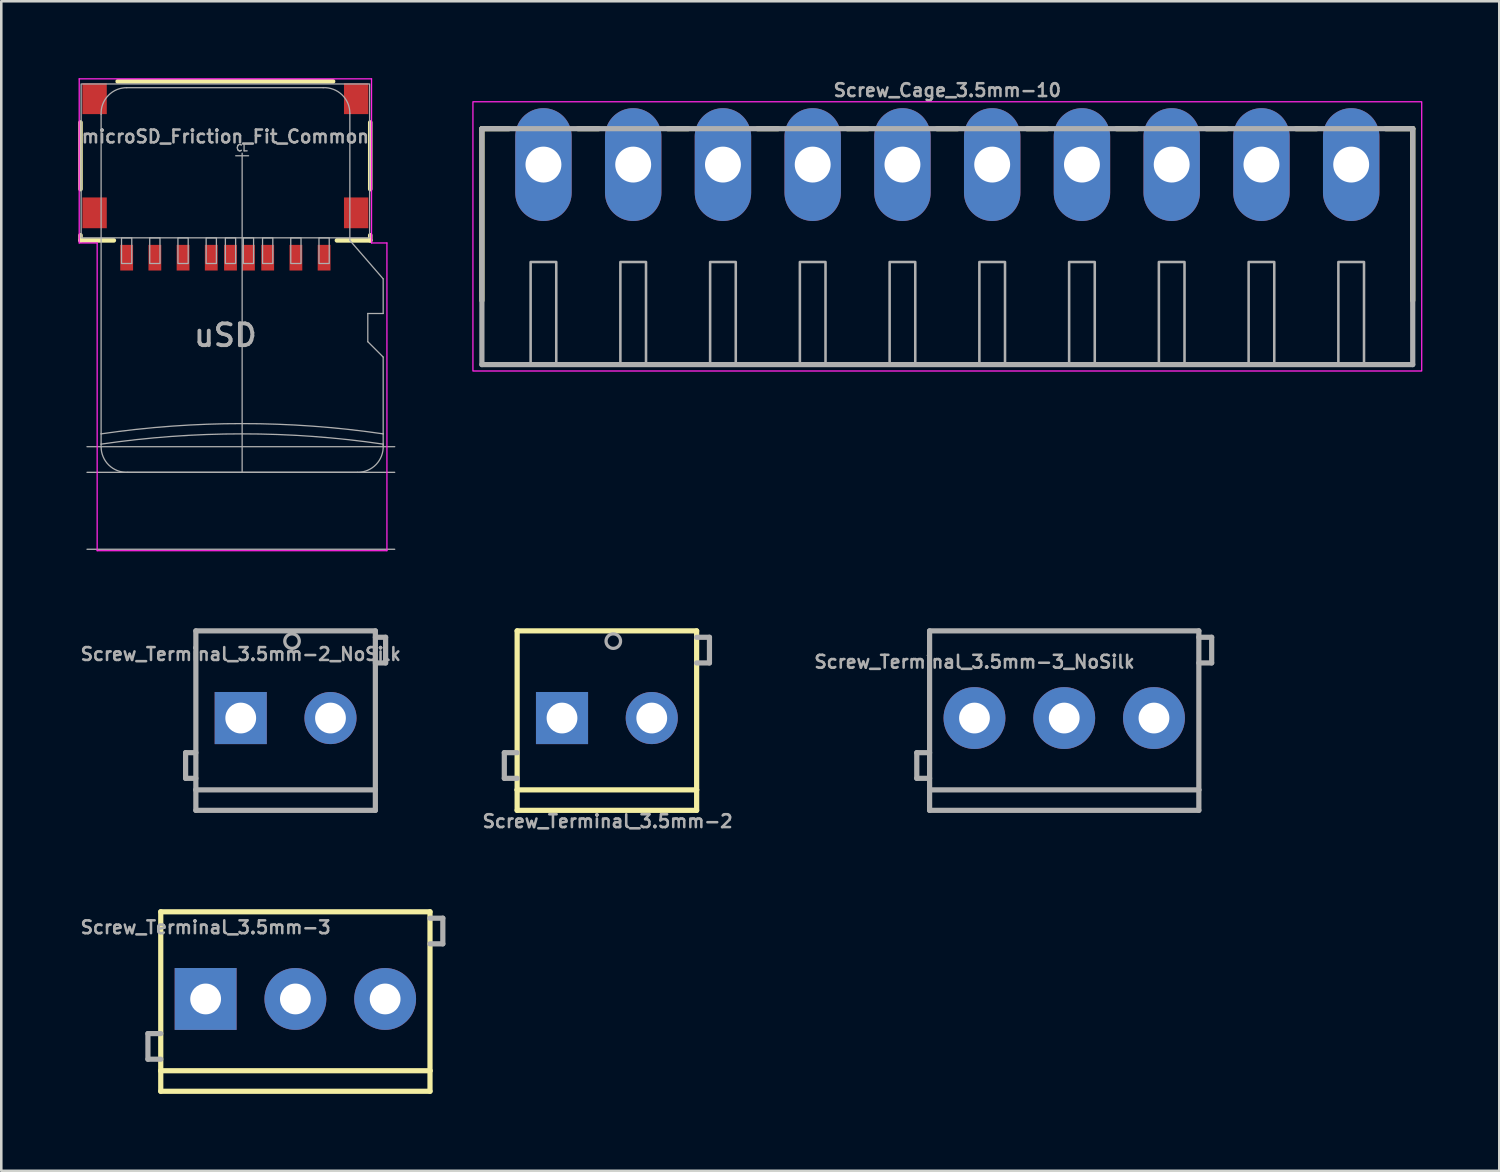
<source format=kicad_pcb>
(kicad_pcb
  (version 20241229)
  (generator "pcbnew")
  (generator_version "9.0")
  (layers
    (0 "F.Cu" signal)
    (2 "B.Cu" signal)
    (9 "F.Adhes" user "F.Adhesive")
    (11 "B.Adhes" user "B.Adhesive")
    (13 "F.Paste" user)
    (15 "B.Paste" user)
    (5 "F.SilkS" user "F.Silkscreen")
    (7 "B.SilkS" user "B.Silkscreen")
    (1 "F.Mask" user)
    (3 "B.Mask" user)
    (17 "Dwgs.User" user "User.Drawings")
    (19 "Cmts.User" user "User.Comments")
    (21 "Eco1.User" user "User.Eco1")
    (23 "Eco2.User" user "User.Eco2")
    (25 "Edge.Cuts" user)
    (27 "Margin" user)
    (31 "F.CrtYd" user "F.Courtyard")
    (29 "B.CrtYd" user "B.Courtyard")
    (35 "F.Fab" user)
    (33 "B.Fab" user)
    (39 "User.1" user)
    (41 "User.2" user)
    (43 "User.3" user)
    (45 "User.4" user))
  (footprint "Screw_Cage_3.5mm-10"
    (layer "F.Cu")
    (at 33.893 6.168)
    (property "Reference" "Screw_Cage_3.5mm-10" (at 0 -5.7 0) (layer "F.Fab") (effects (font (size 0.5 0.5) (thickness 0.1) (bold yes))))
    (attr through_hole)
    (fp_line (start -18.15 -4.2) (end -18.15 2.5) (stroke (width 0.203) (type solid)) (layer "F.SilkS"))
    (fp_line (start -17.1 -4.2) (end -18.15 -4.2) (stroke (width 0.203) (type solid)) (layer "F.SilkS"))
    (fp_line (start -13.6 -4.2) (end -14.4 -4.2) (stroke (width 0.203) (type solid)) (layer "F.SilkS"))
    (fp_line (start -10.1 -4.2) (end -10.9 -4.2) (stroke (width 0.203) (type solid)) (layer "F.SilkS"))
    (fp_line (start -6.6 -4.2) (end -7.4 -4.2) (stroke (width 0.203) (type solid)) (layer "F.SilkS"))
    (fp_line (start -3.1 -4.2) (end -3.9 -4.2) (stroke (width 0.203) (type solid)) (layer "F.SilkS"))
    (fp_line (start 0.4 -4.2) (end -0.4 -4.2) (stroke (width 0.203) (type solid)) (layer "F.SilkS"))
    (fp_line (start 3.9 -4.2) (end 3.1 -4.2) (stroke (width 0.203) (type solid)) (layer "F.SilkS"))
    (fp_line (start 7.4 -4.2) (end 6.6 -4.2) (stroke (width 0.203) (type solid)) (layer "F.SilkS"))
    (fp_line (start 10.9 -4.2) (end 10.1 -4.2) (stroke (width 0.203) (type solid)) (layer "F.SilkS"))
    (fp_line (start 14.4 -4.2) (end 13.6 -4.2) (stroke (width 0.203) (type solid)) (layer "F.SilkS"))
    (fp_line (start 18.15 -4.2) (end 17.1 -4.2) (stroke (width 0.203) (type solid)) (layer "F.SilkS"))
    (fp_line (start 18.15 2.5) (end 18.15 -4.2) (stroke (width 0.203) (type solid)) (layer "F.SilkS"))
    (fp_rect (start -18.5 -5.25) (end 18.5 5.25) (stroke (width 0.05) (type default)) (fill no) (layer "F.CrtYd"))
    (fp_line (start -18.15 -4.2) (end -18.15 5) (stroke (width 0.203) (type solid)) (layer "F.Fab"))
    (fp_line (start -18.15 5) (end 18.15 5) (stroke (width 0.203) (type solid)) (layer "F.Fab"))
    (fp_line (start 18.15 -4.2) (end -18.15 -4.2) (stroke (width 0.203) (type solid)) (layer "F.Fab"))
    (fp_line (start 18.15 5) (end 18.15 -4.2) (stroke (width 0.203) (type solid)) (layer "F.Fab"))
    (fp_poly (pts (xy -16.25 5) (xy -15.25 5) (xy -15.25 1) (xy -16.25 1)) (stroke (width 0.1) (type default)) (fill no) (layer "F.Fab"))
    (fp_poly (pts (xy -12.75 5) (xy -11.75 5) (xy -11.75 1) (xy -12.75 1)) (stroke (width 0.1) (type default)) (fill no) (layer "F.Fab"))
    (fp_poly (pts (xy -9.25 5) (xy -8.25 5) (xy -8.25 1) (xy -9.25 1)) (stroke (width 0.1) (type default)) (fill no) (layer "F.Fab"))
    (fp_poly (pts (xy -5.75 5) (xy -4.75 5) (xy -4.75 1) (xy -5.75 1)) (stroke (width 0.1) (type default)) (fill no) (layer "F.Fab"))
    (fp_poly (pts (xy -2.25 5) (xy -1.25 5) (xy -1.25 1) (xy -2.25 1)) (stroke (width 0.1) (type default)) (fill no) (layer "F.Fab"))
    (fp_poly (pts (xy 1.25 5) (xy 2.25 5) (xy 2.25 1) (xy 1.25 1)) (stroke (width 0.1) (type default)) (fill no) (layer "F.Fab"))
    (fp_poly (pts (xy 4.75 5) (xy 5.75 5) (xy 5.75 1) (xy 4.75 1)) (stroke (width 0.1) (type default)) (fill no) (layer "F.Fab"))
    (fp_poly (pts (xy 8.25 5) (xy 9.25 5) (xy 9.25 1) (xy 8.25 1)) (stroke (width 0.1) (type default)) (fill no) (layer "F.Fab"))
    (fp_poly (pts (xy 11.75 5) (xy 12.75 5) (xy 12.75 1) (xy 11.75 1)) (stroke (width 0.1) (type default)) (fill no) (layer "F.Fab"))
    (fp_poly (pts (xy 15.25 5) (xy 16.25 5) (xy 16.25 1) (xy 15.25 1)) (stroke (width 0.1) (type default)) (fill no) (layer "F.Fab"))
    (pad "1" thru_hole oval (at -15.75 -2.8 90) (size 4.4 2.2) (drill 1.4) (layers "*.Cu" "*.Mask"))
    (pad "2" thru_hole oval (at -12.25 -2.8 90) (size 4.4 2.2) (drill 1.4) (layers "*.Cu" "*.Mask"))
    (pad "3" thru_hole oval (at -8.75 -2.8 90) (size 4.4 2.2) (drill 1.4) (layers "*.Cu" "*.Mask"))
    (pad "4" thru_hole oval (at -5.25 -2.8 90) (size 4.4 2.2) (drill 1.4) (layers "*.Cu" "*.Mask"))
    (pad "5" thru_hole oval (at -1.75 -2.8 90) (size 4.4 2.2) (drill 1.4) (layers "*.Cu" "*.Mask"))
    (pad "6" thru_hole oval (at 1.75 -2.8 90) (size 4.4 2.2) (drill 1.4) (layers "*.Cu" "*.Mask"))
    (pad "7" thru_hole oval (at 5.25 -2.8 90) (size 4.4 2.2) (drill 1.4) (layers "*.Cu" "*.Mask"))
    (pad "8" thru_hole oval (at 8.75 -2.8 90) (size 4.4 2.2) (drill 1.4) (layers "*.Cu" "*.Mask"))
    (pad "9" thru_hole oval (at 12.25 -2.8 90) (size 4.4 2.2) (drill 1.4) (layers "*.Cu" "*.Mask"))
    (pad "10" thru_hole oval (at 15.75 -2.8 90) (size 4.4 2.2) (drill 1.4) (layers "*.Cu" "*.Mask")))
  (footprint "microSD_Friction_Fit_Common"
    (layer "F.Cu")
    (at 5.739 3.025)
    (property "Reference" "microSD_Friction_Fit_Common" (at 0 -0.75 0) (layer "F.Fab") (effects (font (size 0.5 0.5) (thickness 0.1) (bold yes))))
    (attr smd)
    (fp_line (start -5.65 -1.3) (end -5.65 1.3) (stroke (width 0.178) (type default)) (layer "F.SilkS"))
    (fp_line (start -5.65 3.3) (end -5.65 3.1) (stroke (width 0.178) (type default)) (layer "F.SilkS"))
    (fp_line (start -5.65 3.3) (end -4.35 3.3) (stroke (width 0.178) (type default)) (layer "F.SilkS"))
    (fp_line (start -4.2 -2.9) (end 4.2 -2.9) (stroke (width 0.178) (type default)) (layer "F.SilkS"))
    (fp_line (start 4.35 3.3) (end 5.65 3.3) (stroke (width 0.178) (type default)) (layer "F.SilkS"))
    (fp_line (start 5.65 -1.3) (end 5.65 1.3) (stroke (width 0.178) (type default)) (layer "F.SilkS"))
    (fp_line (start 5.65 3.1) (end 5.65 3.3) (stroke (width 0.178) (type default)) (layer "F.SilkS"))
    (fp_line (start -5.7 -3) (end 5.7 -3) (stroke (width 0.05) (type default)) (layer "F.CrtYd"))
    (fp_line (start -5.7 3.4) (end -5.7 -3) (stroke (width 0.05) (type default)) (layer "F.CrtYd"))
    (fp_line (start -5 3.4) (end -5.7 3.4) (stroke (width 0.05) (type default)) (layer "F.CrtYd"))
    (fp_line (start -5 15.4) (end -5 3.4) (stroke (width 0.05) (type default)) (layer "F.CrtYd"))
    (fp_line (start 5.7 -3) (end 5.7 3.4) (stroke (width 0.05) (type default)) (layer "F.CrtYd"))
    (fp_line (start 5.7 3.4) (end 6.3 3.4) (stroke (width 0.05) (type default)) (layer "F.CrtYd"))
    (fp_line (start 6.3 3.4) (end 6.3 15.4) (stroke (width 0.05) (type default)) (layer "F.CrtYd"))
    (fp_line (start 6.3 15.4) (end -5 15.4) (stroke (width 0.05) (type default)) (layer "F.CrtYd"))
    (fp_line (start -4.846 -1.615) (end -4.846 10.845) (stroke (width 0.05) (type solid)) (layer "F.Fab"))
    (fp_line (start -4.846 10.845) (end -4.846 11.245) (stroke (width 0.05) (type solid)) (layer "F.Fab"))
    (fp_line (start -4.846 11.245) (end -4.846 11.345) (stroke (width 0.05) (type solid)) (layer "F.Fab"))
    (fp_line (start -3.806 12.345) (end 5.154 12.345) (stroke (width 0.05) (type solid)) (layer "F.Fab"))
    (fp_line (start 0.404 0) (end 0.904 0) (stroke (width 0.05) (type default)) (layer "F.Fab"))
    (fp_line (start 0.654 12.345) (end 0.654 -0.1) (stroke (width 0.05) (type default)) (layer "F.Fab"))
    (fp_line (start 3.814 -2.655) (end -3.846 -2.655) (stroke (width 0.05) (type solid)) (layer "F.Fab"))
    (fp_line (start 4.854 3.3) (end 4.854 -1.655) (stroke (width 0.05) (type solid)) (layer "F.Fab"))
    (fp_line (start 5.554 6.15) (end 5.554 7.25) (stroke (width 0.05) (type solid)) (layer "F.Fab"))
    (fp_line (start 5.554 7.25) (end 6.154 7.85) (stroke (width 0.05) (type solid)) (layer "F.Fab"))
    (fp_line (start 6.154 4.8) (end 4.854 3.3) (stroke (width 0.05) (type solid)) (layer "F.Fab"))
    (fp_line (start 6.154 6.15) (end 5.554 6.15) (stroke (width 0.05) (type solid)) (layer "F.Fab"))
    (fp_line (start 6.154 6.15) (end 6.154 4.8) (stroke (width 0.05) (type solid)) (layer "F.Fab"))
    (fp_line (start 6.154 10.845) (end 6.154 7.85) (stroke (width 0.05) (type solid)) (layer "F.Fab"))
    (fp_line (start 6.154 11.245) (end 6.154 10.845) (stroke (width 0.05) (type solid)) (layer "F.Fab"))
    (fp_line (start 6.154 11.305) (end 6.154 11.245) (stroke (width 0.05) (type solid)) (layer "F.Fab"))
    (fp_line (start 6.604 11.345) (end -5.396 11.345) (stroke (width 0.05) (type solid)) (layer "F.Fab"))
    (fp_line (start 6.604 12.345) (end -5.396 12.345) (stroke (width 0.05) (type solid)) (layer "F.Fab"))
    (fp_line (start 6.604 15.345) (end -5.396 15.345) (stroke (width 0.05) (type solid)) (layer "F.Fab"))
    (fp_rect (start -5.625 -2.8) (end 5.625 3.2) (stroke (width 0.05) (type default)) (fill no) (layer "F.Fab"))
    (fp_rect (start -4.05 3.2) (end -3.65 4.2) (stroke (width 0.05) (type solid)) (fill no) (layer "F.Fab"))
    (fp_rect (start -2.95 3.2) (end -2.55 4.2) (stroke (width 0.05) (type solid)) (fill no) (layer "F.Fab"))
    (fp_rect (start -1.85 3.2) (end -1.45 4.2) (stroke (width 0.05) (type solid)) (fill no) (layer "F.Fab"))
    (fp_rect (start -0.35 3.2) (end -0.75 4.2) (stroke (width 0.05) (type solid)) (fill no) (layer "F.Fab"))
    (fp_rect (start 0.4 3.2) (end 0 4.2) (stroke (width 0.05) (type solid)) (fill no) (layer "F.Fab"))
    (fp_rect (start 1.1 3.2) (end 0.7 4.2) (stroke (width 0.05) (type solid)) (fill no) (layer "F.Fab"))
    (fp_rect (start 1.85 3.2) (end 1.45 4.2) (stroke (width 0.05) (type solid)) (fill no) (layer "F.Fab"))
    (fp_rect (start 2.95 3.2) (end 2.55 4.2) (stroke (width 0.05) (type solid)) (fill no) (layer "F.Fab"))
    (fp_rect (start 4.05 3.2) (end 3.65 4.2) (stroke (width 0.05) (type solid)) (fill no) (layer "F.Fab"))
    (fp_arc (start -4.84571 -1.61526) (mid -4.568722 -2.349696) (end -3.845709 -2.65526) (stroke (width 0.05) (type solid)) (layer "F.Fab"))
    (fp_arc (start -4.84571 10.84474) (mid 0.65429 10.444602) (end 6.15429 10.84474) (stroke (width 0.05) (type solid)) (layer "F.Fab"))
    (fp_arc (start -4.84571 11.24474) (mid 0.65429 10.844602) (end 6.15429 11.24474) (stroke (width 0.05) (type solid)) (layer "F.Fab"))
    (fp_arc (start -3.80571 12.34474) (mid -4.540146 12.067752) (end -4.84571 11.344739) (stroke (width 0.05) (type solid)) (layer "F.Fab"))
    (fp_arc (start 3.81429 -2.65526) (mid 4.548719 -2.378274) (end 4.85429 -1.655259) (stroke (width 0.05) (type solid)) (layer "F.Fab"))
    (fp_arc (start 6.15429 11.30474) (mid 5.877302 12.039176) (end 5.154289 12.34474) (stroke (width 0.05) (type solid)) (layer "F.Fab"))
    (fp_text user "CL" (at 0.646 -0.305 0) (unlocked yes) (layer "F.Fab") (effects (font (size 0.25 0.25) (thickness 0.05) (bold yes))))
    (fp_text user "uSD" (at 0 7 0) (layer "F.Fab") (effects (font (size 0.85 0.85) (thickness 0.15))))
    (pad "1" smd rect (at 3.85 3.975 180) (size 0.5 1) (layers "F.Cu" "F.Mask" "F.Paste"))
    (pad "2" smd rect (at 2.75 3.975 180) (size 0.5 1) (layers "F.Cu" "F.Mask" "F.Paste"))
    (pad "3" smd rect (at 1.65 3.975 180) (size 0.5 1) (layers "F.Cu" "F.Mask" "F.Paste"))
    (pad "4" smd rect (at 0.9 3.975 180) (size 0.5 1) (layers "F.Cu" "F.Mask" "F.Paste"))
    (pad "5" smd rect (at -0.55 3.975 180) (size 0.5 1) (layers "F.Cu" "F.Mask" "F.Paste"))
    (pad "6" smd rect (at -1.65 3.975 180) (size 0.5 1) (layers "F.Cu" "F.Mask" "F.Paste"))
    (pad "7" smd rect (at -2.75 3.975 180) (size 0.5 1) (layers "F.Cu" "F.Mask" "F.Paste"))
    (pad "8" smd rect (at -3.85 3.975 180) (size 0.5 1) (layers "F.Cu" "F.Mask" "F.Paste"))
    (pad "9" smd rect (at 0.2 3.975 180) (size 0.5 1) (layers "F.Cu" "F.Mask" "F.Paste"))
    (pad "10" smd rect (at -5.1 -2.225 180) (size 0.95 1.2) (layers "F.Cu" "F.Mask" "F.Paste"))
    (pad "10" smd rect (at -5.1 2.225 180) (size 0.95 1.2) (layers "F.Cu" "F.Mask" "F.Paste"))
    (pad "10" smd rect (at 5.1 -2.225 180) (size 0.95 1.2) (layers "F.Cu" "F.Mask" "F.Paste"))
    (pad "10" smd rect (at 5.1 2.225 180) (size 0.95 1.2) (layers "F.Cu" "F.Mask" "F.Paste")))
  (footprint "Screw_Terminal_3.5mm-3_NoSilk"
    (layer "F.Cu")
    (at 34.952 24.952)
    (property "Reference" "Screw_Terminal_3.5mm-3_NoSilk" (at 0 -1.9 0) (layer "F.Fab") (effects (font (size 0.5 0.5) (thickness 0.1)) (justify bottom)))
    (attr through_hole)
    (fp_line (start -2.25 1.35) (end -2.25 2.35) (stroke (width 0.203) (type solid)) (layer "F.Fab"))
    (fp_line (start -2.25 2.35) (end -1.75 2.35) (stroke (width 0.203) (type solid)) (layer "F.Fab"))
    (fp_line (start -1.75 -3.4) (end 8.75 -3.4) (stroke (width 0.203) (type solid)) (layer "F.Fab"))
    (fp_line (start -1.75 1.35) (end -2.25 1.35) (stroke (width 0.203) (type solid)) (layer "F.Fab"))
    (fp_line (start -1.75 2.8) (end -1.75 -3.4) (stroke (width 0.203) (type solid)) (layer "F.Fab"))
    (fp_line (start -1.75 3.6) (end -1.75 2.8) (stroke (width 0.203) (type solid)) (layer "F.Fab"))
    (fp_line (start 8.75 -3.4) (end 8.75 2.8) (stroke (width 0.203) (type solid)) (layer "F.Fab"))
    (fp_line (start 8.75 -3.15) (end 9.25 -3.15) (stroke (width 0.203) (type solid)) (layer "F.Fab"))
    (fp_line (start 8.75 2.8) (end -1.75 2.8) (stroke (width 0.203) (type solid)) (layer "F.Fab"))
    (fp_line (start 8.75 2.8) (end 8.75 3.6) (stroke (width 0.203) (type solid)) (layer "F.Fab"))
    (fp_line (start 8.75 3.6) (end -1.75 3.6) (stroke (width 0.203) (type solid)) (layer "F.Fab"))
    (fp_line (start 9.25 -3.15) (end 9.25 -2.15) (stroke (width 0.203) (type solid)) (layer "F.Fab"))
    (fp_line (start 9.25 -2.15) (end 8.75 -2.15) (stroke (width 0.203) (type solid)) (layer "F.Fab"))
    (pad "1" thru_hole circle (at 0 0) (size 2.413 2.413) (drill 1.2) (layers "*.Cu" "*.Mask"))
    (pad "2" thru_hole circle (at 3.5 0) (size 2.413 2.413) (drill 1.2) (layers "*.Cu" "*.Mask"))
    (pad "3" thru_hole circle (at 7 0) (size 2.413 2.413) (drill 1.2) (layers "*.Cu" "*.Mask")))
  (footprint "Screw_Terminal_3.5mm-2"
    (layer "F.Cu")
    (at 18.867 24.952)
    (property "Reference" "Screw_Terminal_3.5mm-2" (at 1.778 4.318 0) (layer "F.Fab") (effects (font (size 0.5 0.5) (thickness 0.1)) (justify bottom)))
    (attr through_hole)
    (fp_line (start -1.75 -3.4) (end 5.25 -3.4) (stroke (width 0.203) (type solid)) (layer "F.SilkS"))
    (fp_line (start -1.75 2.8) (end -1.75 -3.4) (stroke (width 0.203) (type solid)) (layer "F.SilkS"))
    (fp_line (start -1.75 3.6) (end -1.75 2.8) (stroke (width 0.203) (type solid)) (layer "F.SilkS"))
    (fp_line (start 5.25 -3.4) (end 5.25 2.8) (stroke (width 0.203) (type solid)) (layer "F.SilkS"))
    (fp_line (start 5.25 2.8) (end -1.75 2.8) (stroke (width 0.203) (type solid)) (layer "F.SilkS"))
    (fp_line (start 5.25 2.8) (end 5.25 3.6) (stroke (width 0.203) (type solid)) (layer "F.SilkS"))
    (fp_line (start 5.25 3.6) (end -1.75 3.6) (stroke (width 0.203) (type solid)) (layer "F.SilkS"))
    (fp_line (start -2.25 1.35) (end -2.25 2.35) (stroke (width 0.203) (type solid)) (layer "F.Fab"))
    (fp_line (start -2.25 2.35) (end -1.75 2.35) (stroke (width 0.203) (type solid)) (layer "F.Fab"))
    (fp_line (start -1.75 1.35) (end -2.25 1.35) (stroke (width 0.203) (type solid)) (layer "F.Fab"))
    (fp_line (start 5.25 -3.15) (end 5.75 -3.15) (stroke (width 0.203) (type solid)) (layer "F.Fab"))
    (fp_line (start 5.75 -3.15) (end 5.75 -2.15) (stroke (width 0.203) (type solid)) (layer "F.Fab"))
    (fp_line (start 5.75 -2.15) (end 5.25 -2.15) (stroke (width 0.203) (type solid)) (layer "F.Fab"))
    (fp_circle (center 2 -3) (end 2.283 -3) (stroke (width 0.127) (type solid)) (fill no) (layer "F.Fab"))
    (pad "1" thru_hole rect (at 0 0) (size 2.032 2.032) (drill 1.2) (layers "*.Cu" "*.Mask"))
    (pad "2" thru_hole circle (at 3.5 0) (size 2.032 2.032) (drill 1.2) (layers "*.Cu" "*.Mask")))
  (footprint "Screw_Terminal_3.5mm-3"
    (layer "F.Cu")
    (at 4.969 35.907)
    (property "Reference" "Screw_Terminal_3.5mm-3" (at 0 -2.5 0) (layer "F.Fab") (effects (font (size 0.5 0.5) (thickness 0.1)) (justify bottom)))
    (attr through_hole)
    (fp_line (start -1.75 -3.4) (end 8.75 -3.4) (stroke (width 0.203) (type solid)) (layer "F.SilkS"))
    (fp_line (start -1.75 2.8) (end -1.75 -3.4) (stroke (width 0.203) (type solid)) (layer "F.SilkS"))
    (fp_line (start -1.75 3.6) (end -1.75 2.8) (stroke (width 0.203) (type solid)) (layer "F.SilkS"))
    (fp_line (start 8.75 -3.4) (end 8.75 2.8) (stroke (width 0.203) (type solid)) (layer "F.SilkS"))
    (fp_line (start 8.75 2.8) (end -1.75 2.8) (stroke (width 0.203) (type solid)) (layer "F.SilkS"))
    (fp_line (start 8.75 2.8) (end 8.75 3.6) (stroke (width 0.203) (type solid)) (layer "F.SilkS"))
    (fp_line (start 8.75 3.6) (end -1.75 3.6) (stroke (width 0.203) (type solid)) (layer "F.SilkS"))
    (fp_line (start -2.25 1.35) (end -2.25 2.35) (stroke (width 0.203) (type solid)) (layer "F.Fab"))
    (fp_line (start -2.25 2.35) (end -1.75 2.35) (stroke (width 0.203) (type solid)) (layer "F.Fab"))
    (fp_line (start -1.75 1.35) (end -2.25 1.35) (stroke (width 0.203) (type solid)) (layer "F.Fab"))
    (fp_line (start 8.75 -3.15) (end 9.25 -3.15) (stroke (width 0.203) (type solid)) (layer "F.Fab"))
    (fp_line (start 9.25 -3.15) (end 9.25 -2.15) (stroke (width 0.203) (type solid)) (layer "F.Fab"))
    (fp_line (start 9.25 -2.15) (end 8.75 -2.15) (stroke (width 0.203) (type solid)) (layer "F.Fab"))
    (pad "1" thru_hole rect (at 0 0) (size 2.413 2.413) (drill 1.2) (layers "*.Cu" "*.Mask"))
    (pad "2" thru_hole circle (at 3.5 0) (size 2.413 2.413) (drill 1.2) (layers "*.Cu" "*.Mask"))
    (pad "3" thru_hole circle (at 7 0) (size 2.413 2.413) (drill 1.2) (layers "*.Cu" "*.Mask")))
  (footprint "Screw_Terminal_3.5mm-2_NoSilk"
    (layer "F.Cu")
    (at 6.338 24.952)
    (property "Reference" "Screw_Terminal_3.5mm-2_NoSilk" (at 0 -2.2 0) (layer "F.Fab") (effects (font (size 0.5 0.5) (thickness 0.1)) (justify bottom)))
    (attr through_hole)
    (fp_line (start -2.15 1.35) (end -2.15 2.35) (stroke (width 0.203) (type solid)) (layer "F.Fab"))
    (fp_line (start -2.15 2.35) (end -1.75 2.35) (stroke (width 0.203) (type solid)) (layer "F.Fab"))
    (fp_line (start -1.75 -3.4) (end 5.25 -3.4) (stroke (width 0.203) (type solid)) (layer "F.Fab"))
    (fp_line (start -1.75 1.35) (end -2.15 1.35) (stroke (width 0.203) (type solid)) (layer "F.Fab"))
    (fp_line (start -1.75 2.8) (end -1.75 -3.4) (stroke (width 0.203) (type solid)) (layer "F.Fab"))
    (fp_line (start -1.75 3.6) (end -1.75 2.8) (stroke (width 0.203) (type solid)) (layer "F.Fab"))
    (fp_line (start 5.25 -3.4) (end 5.25 2.8) (stroke (width 0.203) (type solid)) (layer "F.Fab"))
    (fp_line (start 5.25 -3.15) (end 5.65 -3.15) (stroke (width 0.203) (type solid)) (layer "F.Fab"))
    (fp_line (start 5.25 2.8) (end -1.75 2.8) (stroke (width 0.203) (type solid)) (layer "F.Fab"))
    (fp_line (start 5.25 2.8) (end 5.25 3.6) (stroke (width 0.203) (type solid)) (layer "F.Fab"))
    (fp_line (start 5.25 3.6) (end -1.75 3.6) (stroke (width 0.203) (type solid)) (layer "F.Fab"))
    (fp_line (start 5.65 -3.15) (end 5.65 -2.15) (stroke (width 0.203) (type solid)) (layer "F.Fab"))
    (fp_line (start 5.65 -2.15) (end 5.25 -2.15) (stroke (width 0.203) (type solid)) (layer "F.Fab"))
    (fp_circle (center 2 -3) (end 2.283 -3) (stroke (width 0.127) (type solid)) (fill no) (layer "F.Fab"))
    (pad "1" thru_hole rect (at 0 0) (size 2.032 2.032) (drill 1.2) (layers "*.Cu" "*.Mask"))
    (pad "2" thru_hole circle (at 3.5 0) (size 2.032 2.032) (drill 1.2) (layers "*.Cu" "*.Mask")))
  (gr_rect
    (start -3 -3)
    (end 55.418 42.609)
    (stroke (width 0.1) (type default))
    (fill no)
    (layer "Edge.Cuts")))
</source>
